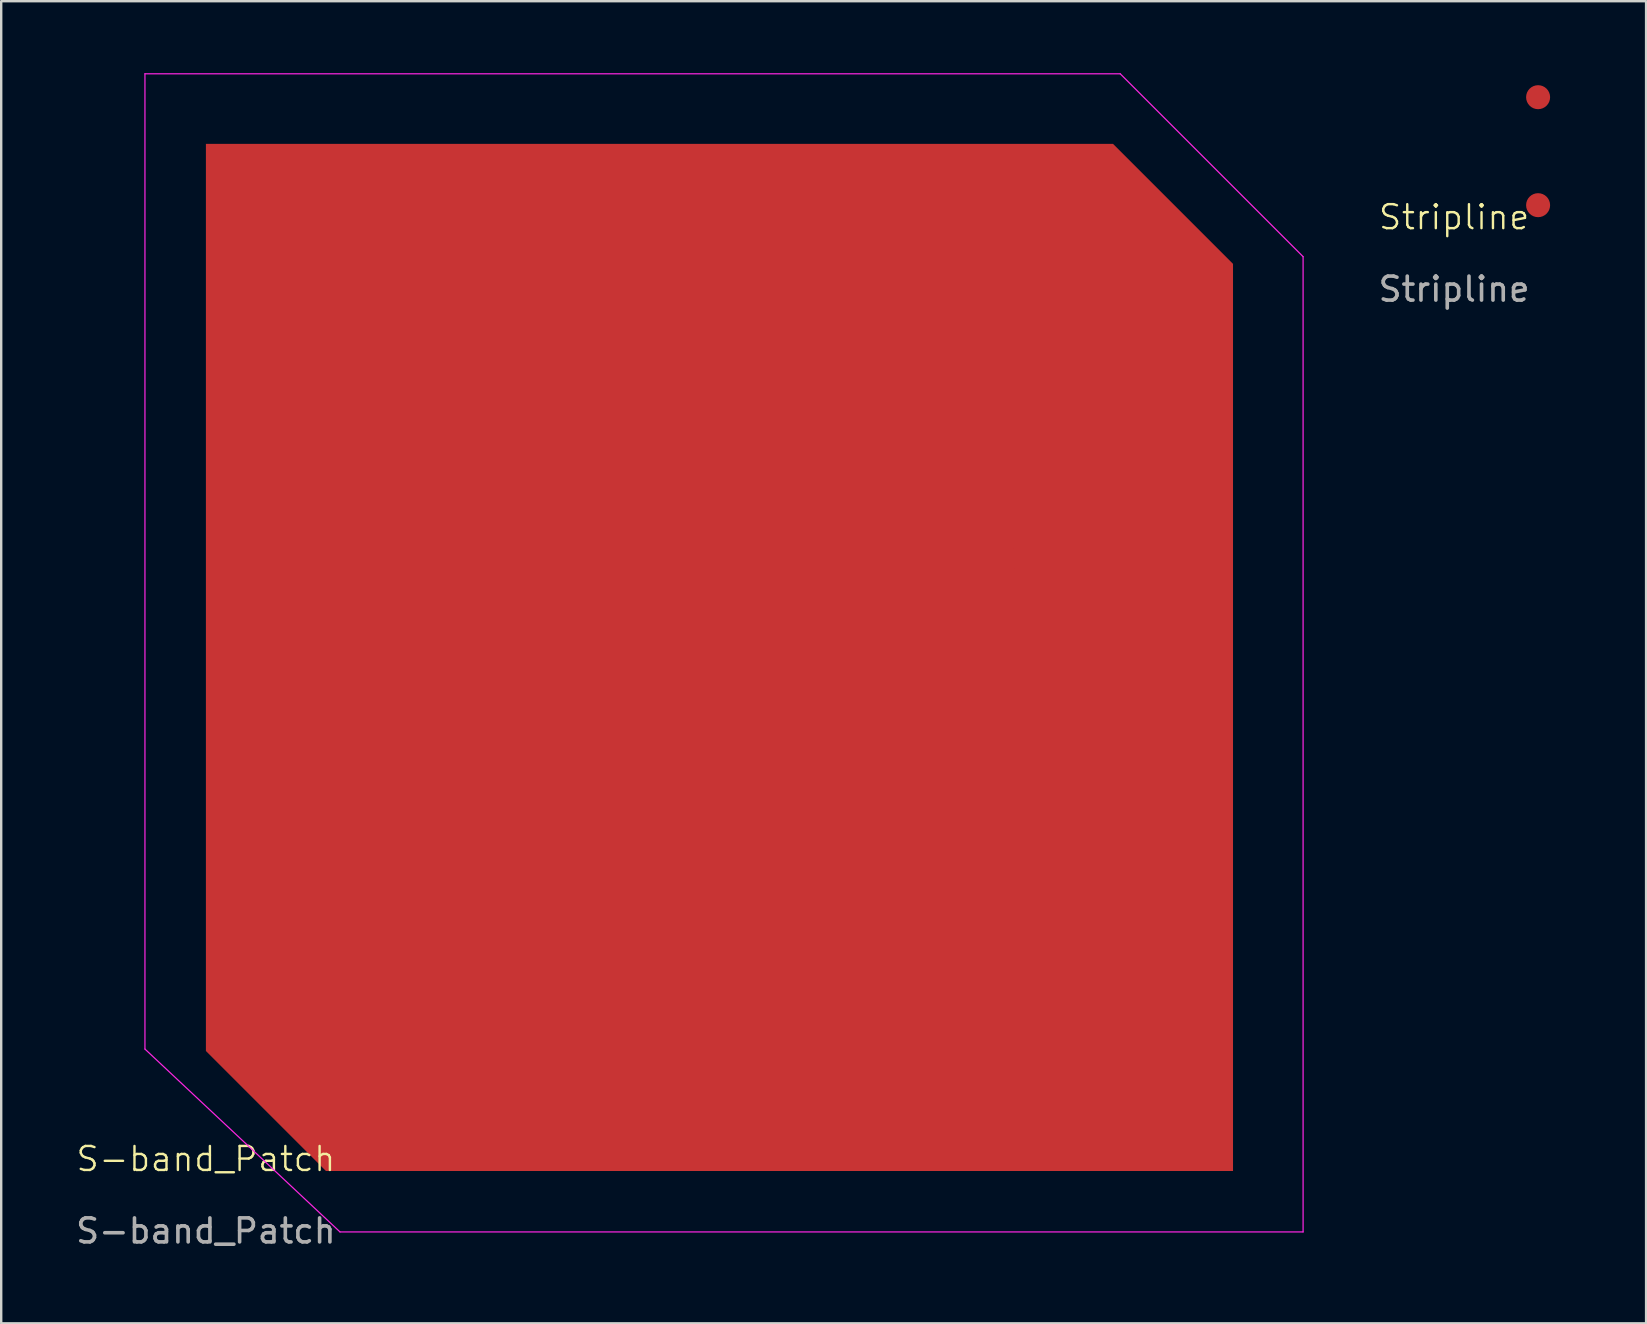
<source format=kicad_pcb>
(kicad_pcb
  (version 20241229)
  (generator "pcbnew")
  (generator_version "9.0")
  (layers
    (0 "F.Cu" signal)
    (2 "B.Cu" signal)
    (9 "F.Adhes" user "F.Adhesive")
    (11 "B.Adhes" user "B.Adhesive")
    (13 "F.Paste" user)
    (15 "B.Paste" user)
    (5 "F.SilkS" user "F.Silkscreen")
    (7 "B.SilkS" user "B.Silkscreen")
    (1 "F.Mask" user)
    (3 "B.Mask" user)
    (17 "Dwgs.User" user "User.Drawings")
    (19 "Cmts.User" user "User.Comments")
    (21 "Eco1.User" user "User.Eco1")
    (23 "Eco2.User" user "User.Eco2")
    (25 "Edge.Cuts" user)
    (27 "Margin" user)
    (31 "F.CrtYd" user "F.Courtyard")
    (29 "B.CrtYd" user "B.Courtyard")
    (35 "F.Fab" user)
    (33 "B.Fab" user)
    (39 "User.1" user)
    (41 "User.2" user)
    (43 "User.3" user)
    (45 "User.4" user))
  (footprint "Stripline"
    (layer "F.Cu")
    (at 57.543 6.5)
    (property "Reference" "Stripline" (at 0 -0.5 0) (unlocked yes) (layer "F.SilkS") (effects (font (size 1 1) (thickness 0.1))))
    (attr smd)
    (fp_poly (pts (xy 5 -4.5) (xy 2 -4.5) (xy 2 -2) (xy 5 -2) (xy 5 0) (xy 0 0) (xy 0 -1.065) (xy 3.004 -1.065) (xy 3.004 -0.935) (xy 3.038 -0.809) (xy 3.103 -0.696) (xy 3.196 -0.603) (xy 3.309 -0.538) (xy 3.435 -0.504) (xy 3.565 -0.504) (xy 3.691 -0.538) (xy 3.804 -0.603) (xy 3.897 -0.696) (xy 3.962 -0.809) (xy 3.996 -0.935) (xy 3.996 -1.065) (xy 3.962 -1.191) (xy 3.897 -1.304) (xy 3.804 -1.397) (xy 3.691 -1.462) (xy 3.565 -1.496) (xy 3.435 -1.496) (xy 3.309 -1.462) (xy 3.196 -1.397) (xy 3.103 -1.304) (xy 3.038 -1.191) (xy 3.004 -1.065) (xy 0 -1.065) (xy 0 -5.565) (xy 3.004 -5.565) (xy 3.004 -5.435) (xy 3.038 -5.309) (xy 3.103 -5.196) (xy 3.196 -5.103) (xy 3.309 -5.038) (xy 3.435 -5.004) (xy 3.565 -5.004) (xy 3.691 -5.038) (xy 3.804 -5.103) (xy 3.897 -5.196) (xy 3.962 -5.309) (xy 3.996 -5.435) (xy 3.996 -5.565) (xy 3.962 -5.691) (xy 3.897 -5.804) (xy 3.804 -5.897) (xy 3.691 -5.962) (xy 3.565 -5.996) (xy 3.435 -5.996) (xy 3.309 -5.962) (xy 3.196 -5.897) (xy 3.103 -5.804) (xy 3.038 -5.691) (xy 3.004 -5.565) (xy 0 -5.565) (xy 0 -6.5) (xy 5 -6.5)) (stroke (width 0) (type solid)) (fill yes) (layer "In1.Cu"))
    (fp_text user "${REFERENCE}" (at 0 2.5 0) (unlocked yes) (layer "F.Fab") (effects (font (size 1 1) (thickness 0.15))))
    (pad "1" smd circle (at 3.5 -5.5) (size 1 1) (layers "F.Cu" "F.Mask" "F.Paste"))
    (pad "2" smd circle (at 3.5 -1) (size 1 1) (layers "F.Cu" "F.Mask" "F.Paste")))
  (footprint "S-band_Patch"
    (layer "F.Cu")
    (at 5.53 45.745)
    (property "Reference" "S-band_Patch" (at 0 -0.5 0) (unlocked yes) (layer "F.SilkS") (effects (font (size 1 1) (thickness 0.1))))
    (attr smd)
    (fp_poly (pts (xy 42.8 0) (xy 42.8 -37.8) (xy 37.8 -42.8) (xy 0 -42.8) (xy 0 -5) (xy 5 0)) (stroke (width 0) (type solid)) (fill yes) (layer "F.Cu"))
    (fp_line (start -2.54 -45.72) (end -2.54 -5.08) (stroke (width 0.05) (type default)) (layer "F.CrtYd"))
    (fp_line (start -2.54 -5.08) (end 5.588 2.54) (stroke (width 0.05) (type default)) (layer "F.CrtYd"))
    (fp_line (start 5.588 2.54) (end 45.72 2.54) (stroke (width 0.05) (type default)) (layer "F.CrtYd"))
    (fp_line (start 38.1 -45.72) (end -2.54 -45.72) (stroke (width 0.05) (type default)) (layer "F.CrtYd"))
    (fp_line (start 45.72 -38.1) (end 38.1 -45.72) (stroke (width 0.05) (type default)) (layer "F.CrtYd"))
    (fp_line (start 45.72 2.54) (end 45.72 -38.1) (stroke (width 0.05) (type default)) (layer "F.CrtYd"))
    (fp_text user "${REFERENCE}" (at 0 2.5 0) (unlocked yes) (layer "F.Fab") (effects (font (size 1 1) (thickness 0.15))))
    (pad "1" smd circle (at 33.4 -25.5) (size 1 1) (layers "F.Cu" "F.Mask" "F.Paste")))
  (gr_rect
    (start -3 -3)
    (end 65.543 52.093)
    (stroke (width 0.1) (type default))
    (fill no)
    (layer "Edge.Cuts")))
</source>
